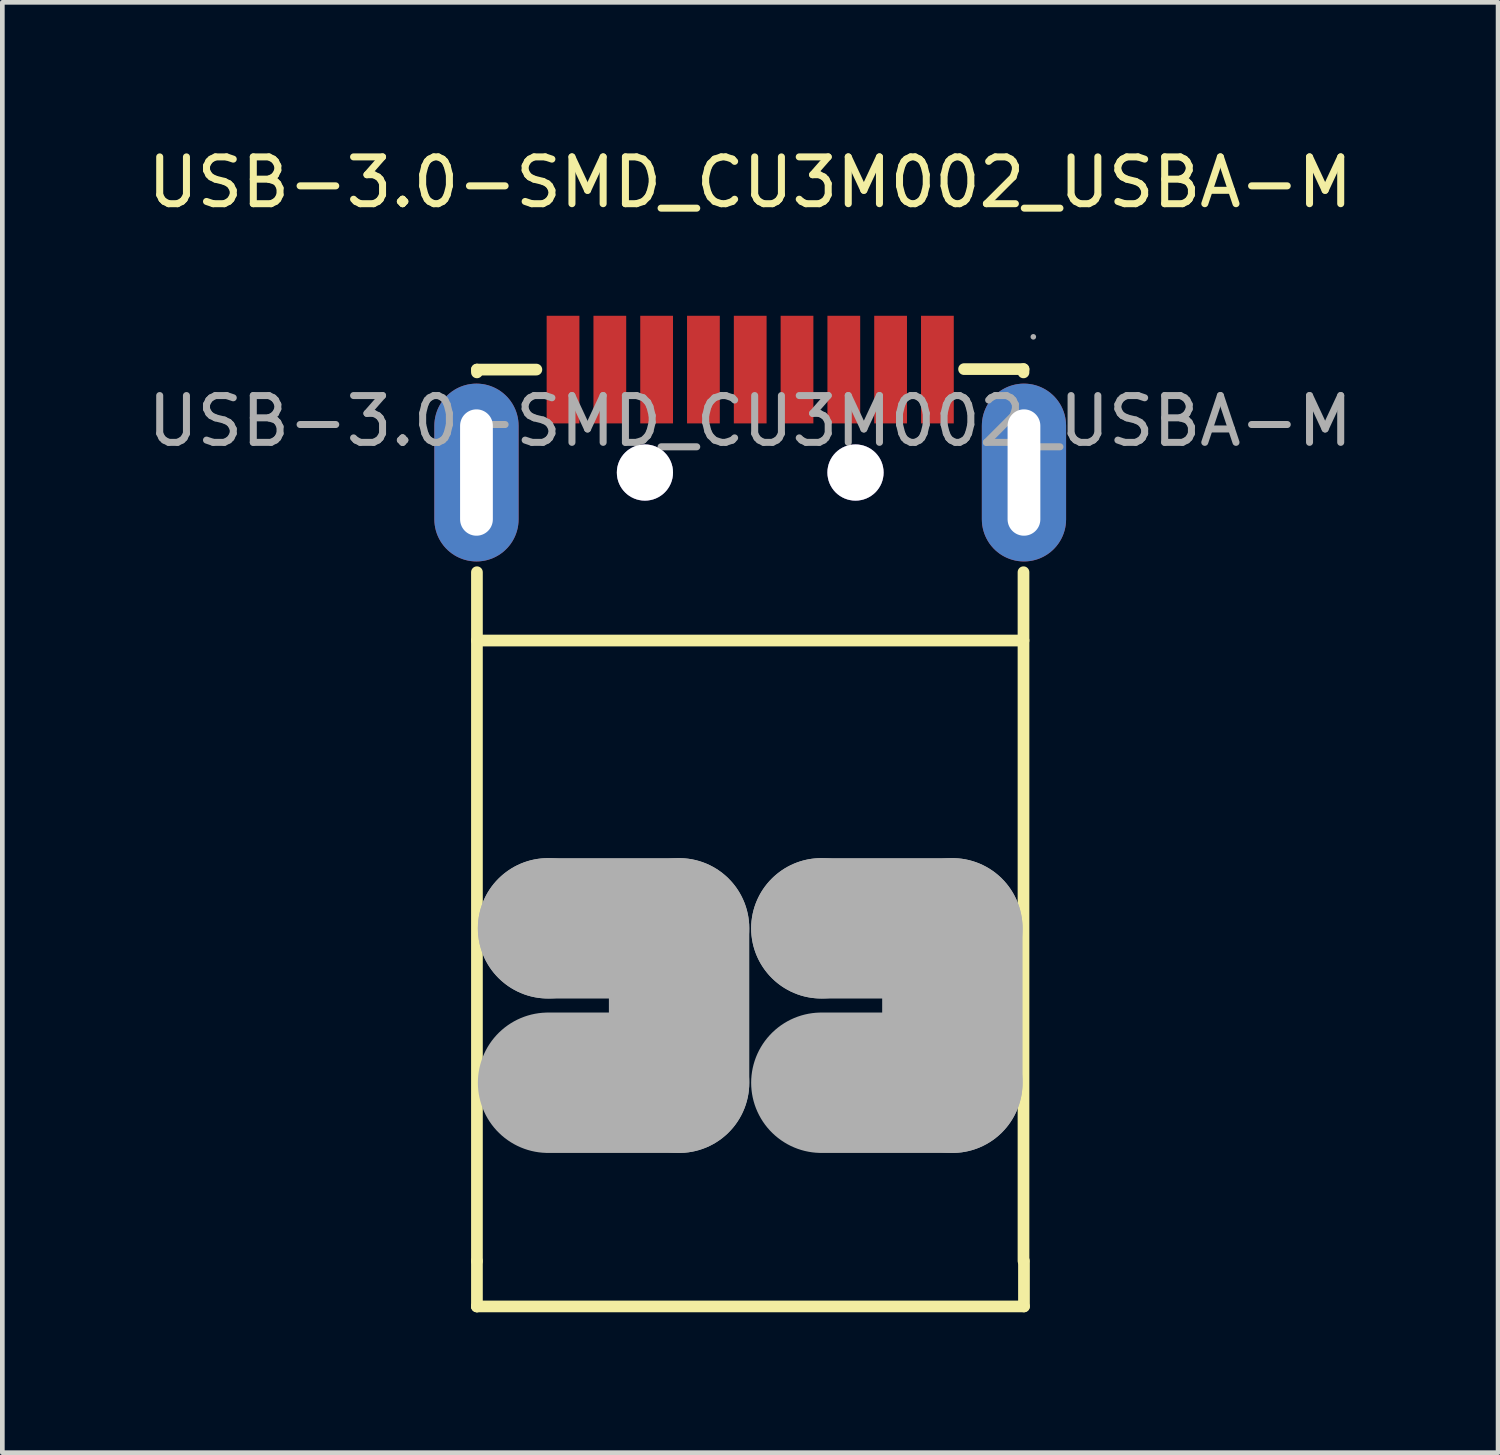
<source format=kicad_pcb>
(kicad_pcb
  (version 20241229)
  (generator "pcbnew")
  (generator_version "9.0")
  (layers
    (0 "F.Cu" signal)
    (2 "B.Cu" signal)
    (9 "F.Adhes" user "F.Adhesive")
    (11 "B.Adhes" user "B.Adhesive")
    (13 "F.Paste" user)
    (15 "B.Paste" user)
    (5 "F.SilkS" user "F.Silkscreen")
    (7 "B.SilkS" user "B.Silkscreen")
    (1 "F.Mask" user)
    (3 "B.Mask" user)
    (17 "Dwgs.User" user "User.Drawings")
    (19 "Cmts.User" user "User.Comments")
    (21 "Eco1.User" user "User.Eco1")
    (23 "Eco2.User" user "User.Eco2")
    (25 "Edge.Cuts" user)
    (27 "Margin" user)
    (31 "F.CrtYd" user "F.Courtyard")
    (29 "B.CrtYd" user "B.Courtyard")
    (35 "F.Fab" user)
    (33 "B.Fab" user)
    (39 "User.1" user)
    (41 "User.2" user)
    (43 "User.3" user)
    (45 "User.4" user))
  (footprint "USB-3.0-SMD_CU3M002_USBA-M"
    (layer "F.Cu")
    (at 12.982 5.948)
    (property "Reference" "USB-3.0-SMD_CU3M002_USBA-M" (at 0 -5.1 0) (layer "F.SilkS") (effects (font (size 1 1) (thickness 0.15))))
    (attr smd)
    (fp_line (start -5.84 -1.04) (end -5.84 -1.1) (stroke (width 0.25) (type solid)) (layer "F.SilkS"))
    (fp_line (start -5.84 4.69) (end 5.84 4.69) (stroke (width 0.25) (type solid)) (layer "F.SilkS"))
    (fp_line (start -5.84 17.95) (end -5.84 3.23) (stroke (width 0.25) (type solid)) (layer "F.SilkS"))
    (fp_line (start -5.84 18.92) (end -5.84 17.95) (stroke (width 0.25) (type solid)) (layer "F.SilkS"))
    (fp_line (start -5.84 18.92) (end -5.84 18.92) (stroke (width 0.25) (type solid)) (layer "F.SilkS"))
    (fp_line (start -4.57 -1.1) (end -5.84 -1.1) (stroke (width 0.25) (type solid)) (layer "F.SilkS"))
    (fp_line (start 5.84 -1.11) (end 4.57 -1.11) (stroke (width 0.25) (type solid)) (layer "F.SilkS"))
    (fp_line (start 5.84 -1.11) (end 5.84 -1.04) (stroke (width 0.25) (type solid)) (layer "F.SilkS"))
    (fp_line (start 5.84 3.23) (end 5.84 17.95) (stroke (width 0.25) (type solid)) (layer "F.SilkS"))
    (fp_line (start 5.85 17.95) (end 5.85 18.92) (stroke (width 0.25) (type solid)) (layer "F.SilkS"))
    (fp_line (start 5.85 18.92) (end -5.84 18.92) (stroke (width 0.25) (type solid)) (layer "F.SilkS"))
    (fp_line (start -4.32 10.84) (end -4.32 10.84) (stroke (width 3) (type solid)) (layer "F.Fab"))
    (fp_line (start -4.32 10.84) (end -1.52 10.84) (stroke (width 3) (type solid)) (layer "F.Fab"))
    (fp_line (start -1.52 10.84) (end -1.52 14.14) (stroke (width 3) (type solid)) (layer "F.Fab"))
    (fp_line (start -1.52 14.14) (end -4.32 14.14) (stroke (width 3) (type solid)) (layer "F.Fab"))
    (fp_line (start 1.52 10.84) (end 1.52 10.84) (stroke (width 3) (type solid)) (layer "F.Fab"))
    (fp_line (start 1.52 10.84) (end 4.32 10.84) (stroke (width 3) (type solid)) (layer "F.Fab"))
    (fp_line (start 4.32 10.84) (end 4.32 14.14) (stroke (width 3) (type solid)) (layer "F.Fab"))
    (fp_line (start 4.32 14.14) (end 1.52 14.14) (stroke (width 3) (type solid)) (layer "F.Fab"))
    (fp_circle (center 6.05 -1.8) (end 6.08 -1.8) (stroke (width 0.06) (type solid)) (fill no) (layer "F.Fab"))
    (fp_text user "${REFERENCE}" (at 0 0 0) (layer "F.Fab") (effects (font (size 1 1) (thickness 0.15))))
    (pad "" thru_hole circle (at -2.25 1.1) (size 1.2 1.2) (drill 1.2) (layers "*.Cu" "*.Mask"))
    (pad "" thru_hole circle (at 2.25 1.1) (size 1.2 1.2) (drill 1.2) (layers "*.Cu" "*.Mask"))
    (pad "1" smd rect (at 3 -1.1) (size 0.7 2.3) (layers "F.Cu" "F.Mask" "F.Paste"))
    (pad "2" smd rect (at 1 -1.1) (size 0.7 2.3) (layers "F.Cu" "F.Mask" "F.Paste"))
    (pad "3" smd rect (at -1 -1.1) (size 0.7 2.3) (layers "F.Cu" "F.Mask" "F.Paste"))
    (pad "4" smd rect (at -3 -1.1) (size 0.7 2.3) (layers "F.Cu" "F.Mask" "F.Paste"))
    (pad "5" smd rect (at -4 -1.1) (size 0.7 2.3) (layers "F.Cu" "F.Mask" "F.Paste"))
    (pad "6" smd rect (at -2 -1.1) (size 0.7 2.3) (layers "F.Cu" "F.Mask" "F.Paste"))
    (pad "7" smd rect (at 0 -1.1) (size 0.7 2.3) (layers "F.Cu" "F.Mask" "F.Paste"))
    (pad "8" smd rect (at 2 -1.1) (size 0.7 2.3) (layers "F.Cu" "F.Mask" "F.Paste"))
    (pad "9" smd rect (at 4 -1.1) (size 0.7 2.3) (layers "F.Cu" "F.Mask" "F.Paste"))
    (pad "10" thru_hole oval (at 5.85 1.1) (size 1.8 3.8) (drill oval 0.7 2.7) (layers "*.Cu" "*.Mask"))
    (pad "11" thru_hole oval (at -5.85 1.1) (size 1.8 3.8) (drill oval 0.7 2.7) (layers "*.Cu" "*.Mask")))
  (gr_rect
    (start -3 -3)
    (end 28.964 27.993)
    (stroke (width 0.1) (type default))
    (fill no)
    (layer "Edge.Cuts")))
</source>
